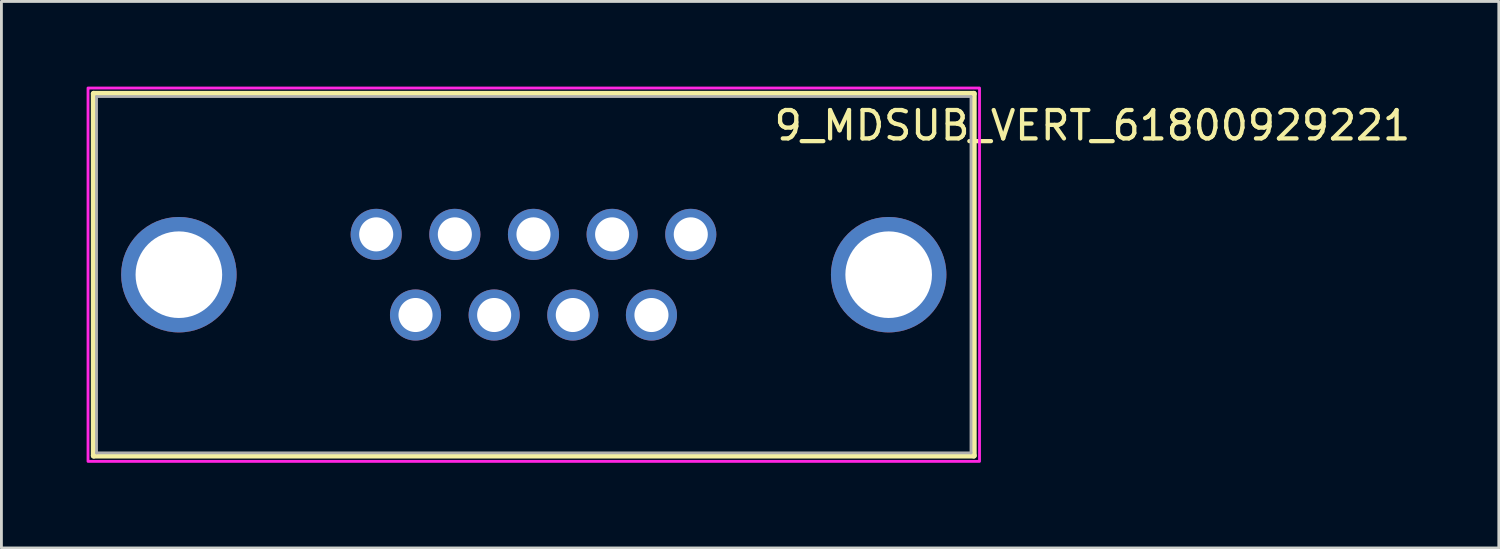
<source format=kicad_pcb>
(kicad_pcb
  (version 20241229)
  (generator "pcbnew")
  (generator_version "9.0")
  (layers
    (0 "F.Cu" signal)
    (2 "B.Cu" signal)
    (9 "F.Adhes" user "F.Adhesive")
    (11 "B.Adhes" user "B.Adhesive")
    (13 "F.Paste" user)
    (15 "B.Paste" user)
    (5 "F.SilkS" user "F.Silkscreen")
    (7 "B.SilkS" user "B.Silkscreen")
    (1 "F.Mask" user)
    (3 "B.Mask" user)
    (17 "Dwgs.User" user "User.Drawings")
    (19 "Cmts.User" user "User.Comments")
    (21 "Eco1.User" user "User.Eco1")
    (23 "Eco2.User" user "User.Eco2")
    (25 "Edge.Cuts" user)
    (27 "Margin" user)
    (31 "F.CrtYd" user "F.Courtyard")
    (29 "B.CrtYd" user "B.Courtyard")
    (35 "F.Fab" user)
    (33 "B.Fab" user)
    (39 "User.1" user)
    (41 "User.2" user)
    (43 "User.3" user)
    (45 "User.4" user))
  (footprint "9_MDSUB_VERT_61800929221"
    (layer "F.Cu")
    (at 15.75 6.625)
    (property "Reference" "9_MDSUB_VERT_61800929221" (at 19.675 -5.255 0) (layer "F.SilkS") (effects (font (size 1 1) (thickness 0.15))))
    (attr through_hole)
    (fp_line (start -15.5 -6.375) (end 15.5 -6.375) (stroke (width 0.2) (type solid)) (layer "F.SilkS"))
    (fp_line (start -15.5 6.375) (end -15.5 -6.375) (stroke (width 0.2) (type solid)) (layer "F.SilkS"))
    (fp_line (start 15.5 -6.375) (end 15.5 6.375) (stroke (width 0.2) (type solid)) (layer "F.SilkS"))
    (fp_line (start 15.5 6.375) (end -15.5 6.375) (stroke (width 0.2) (type solid)) (layer "F.SilkS"))
    (fp_poly (pts (xy -15.7 -6.575) (xy 15.7 -6.575) (xy 15.7 6.575) (xy -15.7 6.575)) (stroke (width 0.1) (type solid)) (fill no) (layer "F.CrtYd"))
    (fp_line (start -15.4 -6.275) (end 15.4 -6.275) (stroke (width 0.1) (type solid)) (layer "F.Fab"))
    (fp_line (start -15.4 6.275) (end -15.4 -6.275) (stroke (width 0.1) (type solid)) (layer "F.Fab"))
    (fp_line (start 15.4 -6.275) (end 15.4 6.275) (stroke (width 0.1) (type solid)) (layer "F.Fab"))
    (fp_line (start 15.4 6.275) (end -15.4 6.275) (stroke (width 0.1) (type solid)) (layer "F.Fab"))
    (pad "1" thru_hole circle (at -5.55 -1.42) (size 1.8 1.8) (drill 1.2) (layers "*.Cu" "*.Mask"))
    (pad "2" thru_hole circle (at -2.78 -1.42) (size 1.8 1.8) (drill 1.2) (layers "*.Cu" "*.Mask"))
    (pad "3" thru_hole circle (at -0.01 -1.42) (size 1.8 1.8) (drill 1.2) (layers "*.Cu" "*.Mask"))
    (pad "4" thru_hole circle (at 2.76 -1.42) (size 1.8 1.8) (drill 1.2) (layers "*.Cu" "*.Mask"))
    (pad "5" thru_hole circle (at 5.53 -1.42) (size 1.8 1.8) (drill 1.2) (layers "*.Cu" "*.Mask"))
    (pad "6" thru_hole circle (at -4.165 1.42) (size 1.8 1.8) (drill 1.2) (layers "*.Cu" "*.Mask"))
    (pad "7" thru_hole circle (at -1.395 1.42) (size 1.8 1.8) (drill 1.2) (layers "*.Cu" "*.Mask"))
    (pad "8" thru_hole circle (at 1.375 1.42) (size 1.8 1.8) (drill 1.2) (layers "*.Cu" "*.Mask"))
    (pad "9" thru_hole circle (at 4.145 1.42) (size 1.8 1.8) (drill 1.2) (layers "*.Cu" "*.Mask"))
    (pad "S1" thru_hole circle (at -12.5 0) (size 4.066 4.066) (drill 3.05) (layers "*.Cu" "*.Mask"))
    (pad "S2" thru_hole circle (at 12.5 0) (size 4.066 4.066) (drill 3.05) (layers "*.Cu" "*.Mask")))
  (gr_rect
    (start -3 -3)
    (end 49.74 16.25)
    (stroke (width 0.1) (type default))
    (fill no)
    (layer "Edge.Cuts")))
</source>
